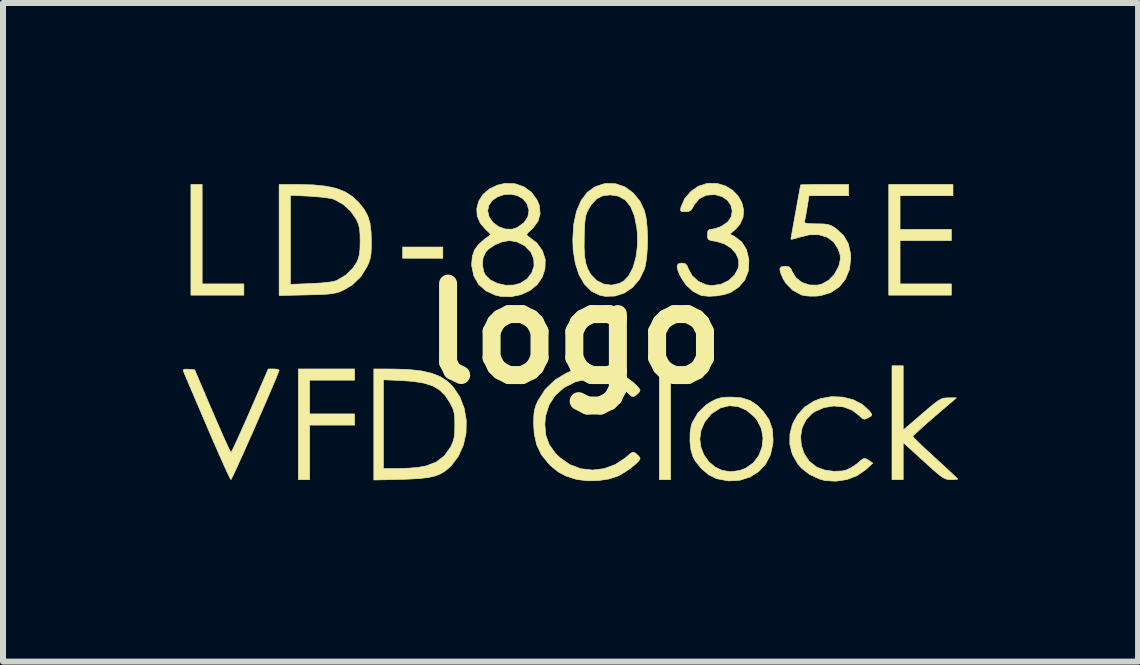
<source format=kicad_pcb>
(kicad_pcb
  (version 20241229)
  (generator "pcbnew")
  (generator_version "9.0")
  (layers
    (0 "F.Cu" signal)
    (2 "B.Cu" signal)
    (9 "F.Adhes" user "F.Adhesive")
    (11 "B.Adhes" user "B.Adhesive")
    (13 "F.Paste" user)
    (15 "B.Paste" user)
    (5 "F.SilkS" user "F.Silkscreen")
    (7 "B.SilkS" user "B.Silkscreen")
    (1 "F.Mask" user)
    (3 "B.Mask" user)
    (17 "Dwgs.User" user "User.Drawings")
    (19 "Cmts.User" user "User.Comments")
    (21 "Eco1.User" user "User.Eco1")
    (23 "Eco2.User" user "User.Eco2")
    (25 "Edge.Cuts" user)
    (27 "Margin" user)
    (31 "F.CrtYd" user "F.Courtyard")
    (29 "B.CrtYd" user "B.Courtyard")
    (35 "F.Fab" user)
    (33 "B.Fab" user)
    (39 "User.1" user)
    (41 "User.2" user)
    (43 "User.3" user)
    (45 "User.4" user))
  (footprint "logo"
    (layer "F.Cu")
    (at 6.522 2.511)
    (property "Reference" "logo" (at 0 0 0) (layer "F.SilkS") (effects (font (size 1.524 1.524) (thickness 0.3))))
    (attr through_hole)
    (fp_poly (pts (xy -2.192 -1.257) (xy -2.861 -1.257) (xy -2.861 -1.444) (xy -2.192 -1.444) (xy -2.192 -1.257)) (stroke (width 0.01) (type solid)) (fill yes) (layer "F.SilkS"))
    (fp_poly (pts (xy 1.604 2.433) (xy 1.417 2.433) (xy 1.417 0.535) (xy 1.604 0.535) (xy 1.604 2.433)) (stroke (width 0.01) (type solid)) (fill yes) (layer "F.SilkS"))
    (fp_poly (pts (xy -6.203 -0.829) (xy -5.508 -0.829) (xy -5.508 -0.642) (xy -6.39 -0.642) (xy -6.39 -2.487) (xy -6.203 -2.487) (xy -6.203 -0.829)) (stroke (width 0.01) (type solid)) (fill yes) (layer "F.SilkS"))
    (fp_poly (pts (xy -3.663 0.775) (xy -4.412 0.775) (xy -4.412 1.337) (xy -3.663 1.337) (xy -3.663 1.524) (xy -4.412 1.524) (xy -4.412 2.433) (xy -4.599 2.433) (xy -4.599 0.588) (xy -3.663 0.588) (xy -3.663 0.775)) (stroke (width 0.01) (type solid)) (fill yes) (layer "F.SilkS"))
    (fp_poly (pts (xy 6.31 -2.299) (xy 5.428 -2.299) (xy 5.428 -1.738) (xy 6.283 -1.738) (xy 6.283 -1.551) (xy 5.428 -1.551) (xy 5.428 -0.829) (xy 6.283 -0.829) (xy 6.283 -0.642) (xy 5.24 -0.642) (xy 5.24 -2.487) (xy 6.31 -2.487) (xy 6.31 -2.299)) (stroke (width 0.01) (type solid)) (fill yes) (layer "F.SilkS"))
    (fp_poly (pts (xy 5.481 1.606) (xy 5.793 1.338) (xy 5.912 1.236) (xy 6 1.163) (xy 6.064 1.116) (xy 6.114 1.088) (xy 6.157 1.074) (xy 6.204 1.07) (xy 6.236 1.069) (xy 6.368 1.069) (xy 6.005 1.38) (xy 5.888 1.481) (xy 5.787 1.571) (xy 5.708 1.644) (xy 5.657 1.693) (xy 5.641 1.712) (xy 5.66 1.736) (xy 5.713 1.789) (xy 5.793 1.867) (xy 5.895 1.962) (xy 6.011 2.069) (xy 6.016 2.073) (xy 6.133 2.18) (xy 6.235 2.274) (xy 6.316 2.35) (xy 6.37 2.401) (xy 6.39 2.423) (xy 6.39 2.423) (xy 6.366 2.429) (xy 6.306 2.433) (xy 6.275 2.433) (xy 6.231 2.431) (xy 6.191 2.422) (xy 6.148 2.401) (xy 6.093 2.363) (xy 6.02 2.302) (xy 5.92 2.214) (xy 5.821 2.124) (xy 5.481 1.815) (xy 5.481 2.433) (xy 5.294 2.433) (xy 5.294 0.535) (xy 5.481 0.535) (xy 5.481 1.606)) (stroke (width 0.01) (type solid)) (fill yes) (layer "F.SilkS"))
    (fp_poly (pts (xy -4.949 0.593) (xy -4.92 0.606) (xy -4.919 0.608) (xy -4.93 0.64) (xy -4.959 0.712) (xy -5.004 0.82) (xy -5.062 0.955) (xy -5.129 1.113) (xy -5.205 1.285) (xy -5.284 1.466) (xy -5.364 1.649) (xy -5.444 1.828) (xy -5.518 1.995) (xy -5.586 2.144) (xy -5.643 2.269) (xy -5.687 2.363) (xy -5.715 2.419) (xy -5.723 2.433) (xy -5.738 2.409) (xy -5.771 2.342) (xy -5.82 2.236) (xy -5.882 2.098) (xy -5.955 1.932) (xy -6.037 1.745) (xy -6.12 1.553) (xy -6.207 1.348) (xy -6.289 1.158) (xy -6.361 0.988) (xy -6.423 0.844) (xy -6.47 0.732) (xy -6.502 0.658) (xy -6.514 0.629) (xy -6.517 0.601) (xy -6.488 0.591) (xy -6.43 0.593) (xy -6.328 0.602) (xy -6.034 1.29) (xy -5.957 1.468) (xy -5.886 1.63) (xy -5.825 1.768) (xy -5.775 1.876) (xy -5.741 1.948) (xy -5.723 1.978) (xy -5.722 1.979) (xy -5.708 1.955) (xy -5.675 1.889) (xy -5.626 1.785) (xy -5.566 1.651) (xy -5.495 1.493) (xy -5.417 1.317) (xy -5.403 1.283) (xy -5.101 0.588) (xy -5.01 0.588) (xy -4.949 0.593)) (stroke (width 0.01) (type solid)) (fill yes) (layer "F.SilkS"))
    (fp_poly (pts (xy -3.041 0.589) (xy -2.778 0.596) (xy -2.559 0.619) (xy -2.38 0.659) (xy -2.233 0.717) (xy -2.112 0.797) (xy -2.026 0.88) (xy -1.911 1.049) (xy -1.836 1.242) (xy -1.801 1.447) (xy -1.805 1.656) (xy -1.85 1.858) (xy -1.933 2.044) (xy -2.055 2.204) (xy -2.076 2.224) (xy -2.153 2.289) (xy -2.234 2.338) (xy -2.328 2.374) (xy -2.444 2.399) (xy -2.591 2.415) (xy -2.778 2.425) (xy -2.881 2.428) (xy -3.342 2.439) (xy -3.342 2.246) (xy -3.182 2.246) (xy -2.907 2.246) (xy -2.749 2.241) (xy -2.601 2.227) (xy -2.483 2.207) (xy -2.472 2.205) (xy -2.3 2.138) (xy -2.166 2.036) (xy -2.064 1.893) (xy -2.059 1.883) (xy -2.024 1.805) (xy -2.003 1.729) (xy -1.994 1.635) (xy -1.992 1.525) (xy -1.994 1.406) (xy -2.003 1.321) (xy -2.023 1.25) (xy -2.059 1.176) (xy -2.071 1.153) (xy -2.152 1.031) (xy -2.246 0.938) (xy -2.361 0.87) (xy -2.507 0.824) (xy -2.69 0.795) (xy -2.868 0.782) (xy -3.182 0.768) (xy -3.182 2.246) (xy -3.342 2.246) (xy -3.342 0.588) (xy -3.041 0.589)) (stroke (width 0.01) (type solid)) (fill yes) (layer "F.SilkS"))
    (fp_poly (pts (xy 4.471 1.057) (xy 4.645 1.1) (xy 4.798 1.178) (xy 4.917 1.286) (xy 4.927 1.299) (xy 4.956 1.343) (xy 4.95 1.37) (xy 4.902 1.399) (xy 4.897 1.402) (xy 4.842 1.425) (xy 4.805 1.418) (xy 4.759 1.376) (xy 4.756 1.372) (xy 4.633 1.276) (xy 4.486 1.221) (xy 4.325 1.205) (xy 4.162 1.231) (xy 4.009 1.298) (xy 3.963 1.329) (xy 3.86 1.436) (xy 3.796 1.568) (xy 3.771 1.713) (xy 3.783 1.862) (xy 3.831 2.003) (xy 3.915 2.126) (xy 4.033 2.22) (xy 4.048 2.228) (xy 4.177 2.274) (xy 4.326 2.294) (xy 4.468 2.288) (xy 4.532 2.272) (xy 4.615 2.233) (xy 4.703 2.174) (xy 4.731 2.151) (xy 4.791 2.099) (xy 4.829 2.078) (xy 4.863 2.086) (xy 4.902 2.109) (xy 4.975 2.157) (xy 4.856 2.267) (xy 4.712 2.366) (xy 4.539 2.432) (xy 4.355 2.459) (xy 4.174 2.447) (xy 4.087 2.423) (xy 3.918 2.345) (xy 3.786 2.241) (xy 3.724 2.17) (xy 3.634 2.012) (xy 3.591 1.843) (xy 3.593 1.671) (xy 3.636 1.506) (xy 3.719 1.355) (xy 3.837 1.225) (xy 3.989 1.126) (xy 4.102 1.082) (xy 4.286 1.049) (xy 4.471 1.057)) (stroke (width 0.01) (type solid)) (fill yes) (layer "F.SilkS"))
    (fp_poly (pts (xy -4.605 -2.486) (xy -4.349 -2.48) (xy -4.137 -2.458) (xy -3.963 -2.42) (xy -3.819 -2.363) (xy -3.698 -2.285) (xy -3.598 -2.191) (xy -3.506 -2.077) (xy -3.443 -1.964) (xy -3.405 -1.839) (xy -3.387 -1.687) (xy -3.383 -1.551) (xy -3.384 -1.417) (xy -3.39 -1.321) (xy -3.404 -1.247) (xy -3.427 -1.179) (xy -3.452 -1.123) (xy -3.56 -0.948) (xy -3.699 -0.814) (xy -3.85 -0.725) (xy -3.908 -0.7) (xy -3.963 -0.682) (xy -4.026 -0.669) (xy -4.106 -0.66) (xy -4.215 -0.653) (xy -4.361 -0.649) (xy -4.458 -0.646) (xy -4.92 -0.636) (xy -4.92 -0.822) (xy -4.732 -0.822) (xy -4.392 -0.835) (xy -4.214 -0.845) (xy -4.075 -0.86) (xy -3.979 -0.88) (xy -3.957 -0.888) (xy -3.807 -0.977) (xy -3.683 -1.102) (xy -3.629 -1.186) (xy -3.599 -1.254) (xy -3.58 -1.329) (xy -3.572 -1.427) (xy -3.57 -1.538) (xy -3.572 -1.664) (xy -3.581 -1.754) (xy -3.599 -1.827) (xy -3.631 -1.9) (xy -3.638 -1.912) (xy -3.728 -2.042) (xy -3.851 -2.153) (xy -3.988 -2.231) (xy -4.031 -2.247) (xy -4.099 -2.26) (xy -4.205 -2.274) (xy -4.332 -2.285) (xy -4.432 -2.292) (xy -4.732 -2.307) (xy -4.732 -0.822) (xy -4.92 -0.822) (xy -4.92 -2.487) (xy -4.605 -2.486)) (stroke (width 0.01) (type solid)) (fill yes) (layer "F.SilkS"))
    (fp_poly (pts (xy 2.79 1.07) (xy 2.929 1.115) (xy 3.052 1.198) (xy 3.148 1.295) (xy 3.245 1.435) (xy 3.299 1.59) (xy 3.312 1.77) (xy 3.309 1.831) (xy 3.27 2.015) (xy 3.189 2.172) (xy 3.072 2.298) (xy 2.926 2.39) (xy 2.757 2.443) (xy 2.571 2.454) (xy 2.375 2.418) (xy 2.372 2.417) (xy 2.242 2.353) (xy 2.12 2.252) (xy 2.018 2.126) (xy 1.977 2.05) (xy 1.943 1.937) (xy 1.927 1.797) (xy 1.928 1.754) (xy 2.091 1.754) (xy 2.109 1.892) (xy 2.159 2.02) (xy 2.238 2.131) (xy 2.341 2.22) (xy 2.463 2.278) (xy 2.602 2.301) (xy 2.752 2.281) (xy 2.855 2.242) (xy 2.982 2.153) (xy 3.074 2.033) (xy 3.128 1.892) (xy 3.144 1.741) (xy 3.119 1.589) (xy 3.051 1.449) (xy 3.006 1.392) (xy 2.874 1.279) (xy 2.731 1.215) (xy 2.583 1.201) (xy 2.437 1.237) (xy 2.3 1.324) (xy 2.276 1.345) (xy 2.171 1.474) (xy 2.111 1.613) (xy 2.091 1.754) (xy 1.928 1.754) (xy 1.929 1.653) (xy 1.949 1.526) (xy 1.964 1.483) (xy 2.06 1.318) (xy 2.196 1.187) (xy 2.279 1.134) (xy 2.364 1.091) (xy 2.441 1.068) (xy 2.531 1.058) (xy 2.62 1.057) (xy 2.79 1.07)) (stroke (width 0.01) (type solid)) (fill yes) (layer "F.SilkS"))
    (fp_poly (pts (xy 0.692 -2.498) (xy 0.846 -2.444) (xy 0.981 -2.345) (xy 1.093 -2.209) (xy 1.168 -2.05) (xy 1.195 -1.935) (xy 1.212 -1.784) (xy 1.22 -1.611) (xy 1.217 -1.435) (xy 1.205 -1.269) (xy 1.183 -1.131) (xy 1.166 -1.073) (xy 1.085 -0.905) (xy 0.971 -0.772) (xy 0.834 -0.678) (xy 0.679 -0.627) (xy 0.515 -0.622) (xy 0.419 -0.642) (xy 0.283 -0.71) (xy 0.169 -0.824) (xy 0.079 -0.979) (xy 0.016 -1.172) (xy -0.02 -1.398) (xy -0.021 -1.439) (xy 0.163 -1.439) (xy 0.171 -1.291) (xy 0.191 -1.174) (xy 0.224 -1.077) (xy 0.272 -0.99) (xy 0.275 -0.987) (xy 0.371 -0.886) (xy 0.49 -0.826) (xy 0.621 -0.809) (xy 0.751 -0.838) (xy 0.824 -0.879) (xy 0.91 -0.97) (xy 0.978 -1.103) (xy 1.026 -1.269) (xy 1.051 -1.459) (xy 1.051 -1.663) (xy 1.041 -1.763) (xy 1.001 -1.965) (xy 0.937 -2.119) (xy 0.849 -2.228) (xy 0.735 -2.292) (xy 0.597 -2.313) (xy 0.47 -2.297) (xy 0.37 -2.246) (xy 0.283 -2.151) (xy 0.241 -2.083) (xy 0.212 -2.027) (xy 0.192 -1.971) (xy 0.18 -1.902) (xy 0.171 -1.807) (xy 0.166 -1.675) (xy 0.165 -1.63) (xy 0.163 -1.439) (xy -0.021 -1.439) (xy -0.026 -1.564) (xy -0.011 -1.82) (xy 0.036 -2.039) (xy 0.112 -2.218) (xy 0.217 -2.356) (xy 0.348 -2.451) (xy 0.506 -2.501) (xy 0.528 -2.504) (xy 0.692 -2.498)) (stroke (width 0.01) (type solid)) (fill yes) (layer "F.SilkS"))
    (fp_poly (pts (xy 0.44 0.577) (xy 0.535 0.584) (xy 0.612 0.6) (xy 0.686 0.628) (xy 0.725 0.645) (xy 0.818 0.696) (xy 0.913 0.76) (xy 0.998 0.827) (xy 1.062 0.889) (xy 1.094 0.936) (xy 1.095 0.946) (xy 1.075 0.982) (xy 1.032 1.021) (xy 0.99 1.047) (xy 0.958 1.046) (xy 0.917 1.011) (xy 0.893 0.985) (xy 0.749 0.871) (xy 0.577 0.794) (xy 0.387 0.756) (xy 0.193 0.759) (xy 0.016 0.803) (xy -0.171 0.898) (xy -0.317 1.027) (xy -0.421 1.185) (xy -0.479 1.37) (xy -0.492 1.511) (xy -0.475 1.695) (xy -0.417 1.852) (xy -0.314 1.995) (xy -0.24 2.067) (xy -0.075 2.182) (xy 0.108 2.251) (xy 0.302 2.273) (xy 0.496 2.249) (xy 0.684 2.18) (xy 0.857 2.065) (xy 0.877 2.047) (xy 0.937 1.995) (xy 0.974 1.975) (xy 1.005 1.982) (xy 1.036 2.005) (xy 1.08 2.049) (xy 1.096 2.081) (xy 1.075 2.119) (xy 1.019 2.175) (xy 0.939 2.24) (xy 0.848 2.303) (xy 0.757 2.357) (xy 0.726 2.373) (xy 0.577 2.422) (xy 0.4 2.448) (xy 0.215 2.452) (xy 0.045 2.43) (xy 0.006 2.42) (xy -0.142 2.371) (xy -0.259 2.31) (xy -0.366 2.226) (xy -0.431 2.163) (xy -0.55 2.015) (xy -0.628 1.852) (xy -0.669 1.663) (xy -0.679 1.495) (xy -0.676 1.371) (xy -0.666 1.28) (xy -0.644 1.202) (xy -0.606 1.117) (xy -0.485 0.928) (xy -0.322 0.772) (xy -0.134 0.658) (xy -0.047 0.619) (xy 0.026 0.594) (xy 0.103 0.581) (xy 0.202 0.576) (xy 0.307 0.575) (xy 0.44 0.577)) (stroke (width 0.01) (type solid)) (fill yes) (layer "F.SilkS"))
    (fp_poly (pts (xy 4.572 -2.299) (xy 3.911 -2.299) (xy 3.878 -2.094) (xy 3.861 -1.992) (xy 3.845 -1.91) (xy 3.835 -1.863) (xy 3.833 -1.859) (xy 3.851 -1.843) (xy 3.921 -1.833) (xy 4.034 -1.831) (xy 4.146 -1.829) (xy 4.222 -1.821) (xy 4.281 -1.801) (xy 4.341 -1.765) (xy 4.362 -1.75) (xy 4.487 -1.636) (xy 4.566 -1.5) (xy 4.603 -1.335) (xy 4.607 -1.256) (xy 4.584 -1.068) (xy 4.517 -0.907) (xy 4.413 -0.778) (xy 4.273 -0.685) (xy 4.104 -0.634) (xy 4.032 -0.626) (xy 3.928 -0.625) (xy 3.834 -0.634) (xy 3.783 -0.646) (xy 3.637 -0.726) (xy 3.523 -0.843) (xy 3.479 -0.917) (xy 3.436 -1.016) (xy 3.424 -1.079) (xy 3.444 -1.112) (xy 3.499 -1.123) (xy 3.511 -1.123) (xy 3.573 -1.116) (xy 3.609 -1.083) (xy 3.632 -1.03) (xy 3.696 -0.928) (xy 3.795 -0.853) (xy 3.918 -0.812) (xy 4.05 -0.809) (xy 4.123 -0.826) (xy 4.238 -0.89) (xy 4.336 -0.992) (xy 4.404 -1.119) (xy 4.415 -1.155) (xy 4.433 -1.239) (xy 4.431 -1.306) (xy 4.407 -1.383) (xy 4.397 -1.409) (xy 4.322 -1.528) (xy 4.214 -1.608) (xy 4.077 -1.648) (xy 3.917 -1.648) (xy 3.75 -1.607) (xy 3.674 -1.584) (xy 3.623 -1.573) (xy 3.609 -1.576) (xy 3.614 -1.607) (xy 3.627 -1.681) (xy 3.646 -1.79) (xy 3.67 -1.924) (xy 3.69 -2.032) (xy 3.716 -2.178) (xy 3.739 -2.304) (xy 3.757 -2.402) (xy 3.767 -2.463) (xy 3.77 -2.479) (xy 3.795 -2.482) (xy 3.865 -2.484) (xy 3.969 -2.485) (xy 4.099 -2.486) (xy 4.171 -2.487) (xy 4.572 -2.487) (xy 4.572 -2.299)) (stroke (width 0.01) (type solid)) (fill yes) (layer "F.SilkS"))
    (fp_poly (pts (xy 2.382 -2.503) (xy 2.52 -2.462) (xy 2.637 -2.39) (xy 2.729 -2.295) (xy 2.792 -2.183) (xy 2.821 -2.063) (xy 2.812 -1.941) (xy 2.761 -1.825) (xy 2.687 -1.741) (xy 2.593 -1.659) (xy 2.672 -1.618) (xy 2.789 -1.529) (xy 2.868 -1.404) (xy 2.907 -1.246) (xy 2.909 -1.217) (xy 2.899 -1.043) (xy 2.842 -0.896) (xy 2.738 -0.775) (xy 2.608 -0.689) (xy 2.504 -0.653) (xy 2.374 -0.63) (xy 2.241 -0.623) (xy 2.128 -0.634) (xy 2.104 -0.641) (xy 1.976 -0.707) (xy 1.861 -0.813) (xy 1.778 -0.937) (xy 1.728 -1.047) (xy 1.712 -1.12) (xy 1.729 -1.162) (xy 1.78 -1.176) (xy 1.789 -1.176) (xy 1.847 -1.167) (xy 1.881 -1.129) (xy 1.897 -1.087) (xy 1.963 -0.966) (xy 2.067 -0.872) (xy 2.196 -0.815) (xy 2.298 -0.802) (xy 2.444 -0.824) (xy 2.572 -0.886) (xy 2.672 -0.979) (xy 2.734 -1.097) (xy 2.74 -1.122) (xy 2.739 -1.232) (xy 2.692 -1.337) (xy 2.608 -1.429) (xy 2.495 -1.499) (xy 2.36 -1.539) (xy 2.35 -1.54) (xy 2.272 -1.553) (xy 2.233 -1.571) (xy 2.22 -1.605) (xy 2.219 -1.648) (xy 2.225 -1.71) (xy 2.25 -1.735) (xy 2.279 -1.738) (xy 2.34 -1.75) (xy 2.422 -1.777) (xy 2.454 -1.791) (xy 2.555 -1.86) (xy 2.614 -1.947) (xy 2.631 -2.043) (xy 2.61 -2.138) (xy 2.553 -2.222) (xy 2.462 -2.285) (xy 2.34 -2.318) (xy 2.334 -2.318) (xy 2.196 -2.307) (xy 2.082 -2.25) (xy 1.998 -2.149) (xy 1.987 -2.126) (xy 1.949 -2.063) (xy 1.904 -2.036) (xy 1.85 -2.032) (xy 1.79 -2.036) (xy 1.769 -2.055) (xy 1.776 -2.103) (xy 1.777 -2.106) (xy 1.836 -2.245) (xy 1.936 -2.365) (xy 2.063 -2.455) (xy 2.207 -2.503) (xy 2.228 -2.506) (xy 2.382 -2.503)) (stroke (width 0.01) (type solid)) (fill yes) (layer "F.SilkS"))
    (fp_poly (pts (xy -0.989 -2.499) (xy -0.84 -2.448) (xy -0.714 -2.355) (xy -0.621 -2.228) (xy -0.585 -2.139) (xy -0.57 -2.002) (xy -0.606 -1.873) (xy -0.693 -1.756) (xy -0.715 -1.736) (xy -0.772 -1.683) (xy -0.793 -1.652) (xy -0.782 -1.631) (xy -0.765 -1.62) (xy -0.625 -1.511) (xy -0.531 -1.38) (xy -0.485 -1.235) (xy -0.49 -1.079) (xy -0.532 -0.947) (xy -0.618 -0.819) (xy -0.741 -0.719) (xy -0.892 -0.649) (xy -1.058 -0.616) (xy -1.23 -0.622) (xy -1.316 -0.642) (xy -1.475 -0.714) (xy -1.596 -0.823) (xy -1.675 -0.962) (xy -1.71 -1.127) (xy -1.71 -1.144) (xy -1.532 -1.144) (xy -1.509 -1.03) (xy -1.483 -0.978) (xy -1.399 -0.895) (xy -1.282 -0.837) (xy -1.146 -0.807) (xy -1.008 -0.81) (xy -0.902 -0.839) (xy -0.788 -0.912) (xy -0.711 -1.012) (xy -0.672 -1.128) (xy -0.677 -1.25) (xy -0.726 -1.361) (xy -0.828 -1.465) (xy -0.958 -1.531) (xy -1.083 -1.551) (xy -1.2 -1.532) (xy -1.322 -1.482) (xy -1.428 -1.412) (xy -1.48 -1.358) (xy -1.522 -1.261) (xy -1.532 -1.144) (xy -1.71 -1.144) (xy -1.711 -1.165) (xy -1.7 -1.29) (xy -1.664 -1.395) (xy -1.595 -1.489) (xy -1.487 -1.583) (xy -1.394 -1.649) (xy -1.406 -1.668) (xy -1.447 -1.709) (xy -1.468 -1.727) (xy -1.567 -1.838) (xy -1.619 -1.961) (xy -1.624 -2.045) (xy -1.444 -2.045) (xy -1.419 -1.941) (xy -1.354 -1.851) (xy -1.261 -1.783) (xy -1.151 -1.744) (xy -1.037 -1.741) (xy -0.954 -1.768) (xy -0.842 -1.848) (xy -0.775 -1.945) (xy -0.756 -2.053) (xy -0.788 -2.165) (xy -0.858 -2.25) (xy -0.953 -2.303) (xy -1.062 -2.324) (xy -1.175 -2.316) (xy -1.28 -2.281) (xy -1.368 -2.22) (xy -1.426 -2.137) (xy -1.444 -2.045) (xy -1.624 -2.045) (xy -1.626 -2.088) (xy -1.593 -2.21) (xy -1.522 -2.321) (xy -1.416 -2.412) (xy -1.278 -2.477) (xy -1.153 -2.505) (xy -0.989 -2.499)) (stroke (width 0.01) (type solid)) (fill yes) (layer "F.SilkS")))
  (gr_rect
    (start -3 -3)
    (end 15.917 7.976)
    (stroke (width 0.1) (type default))
    (fill no)
    (layer "Edge.Cuts")))
</source>
